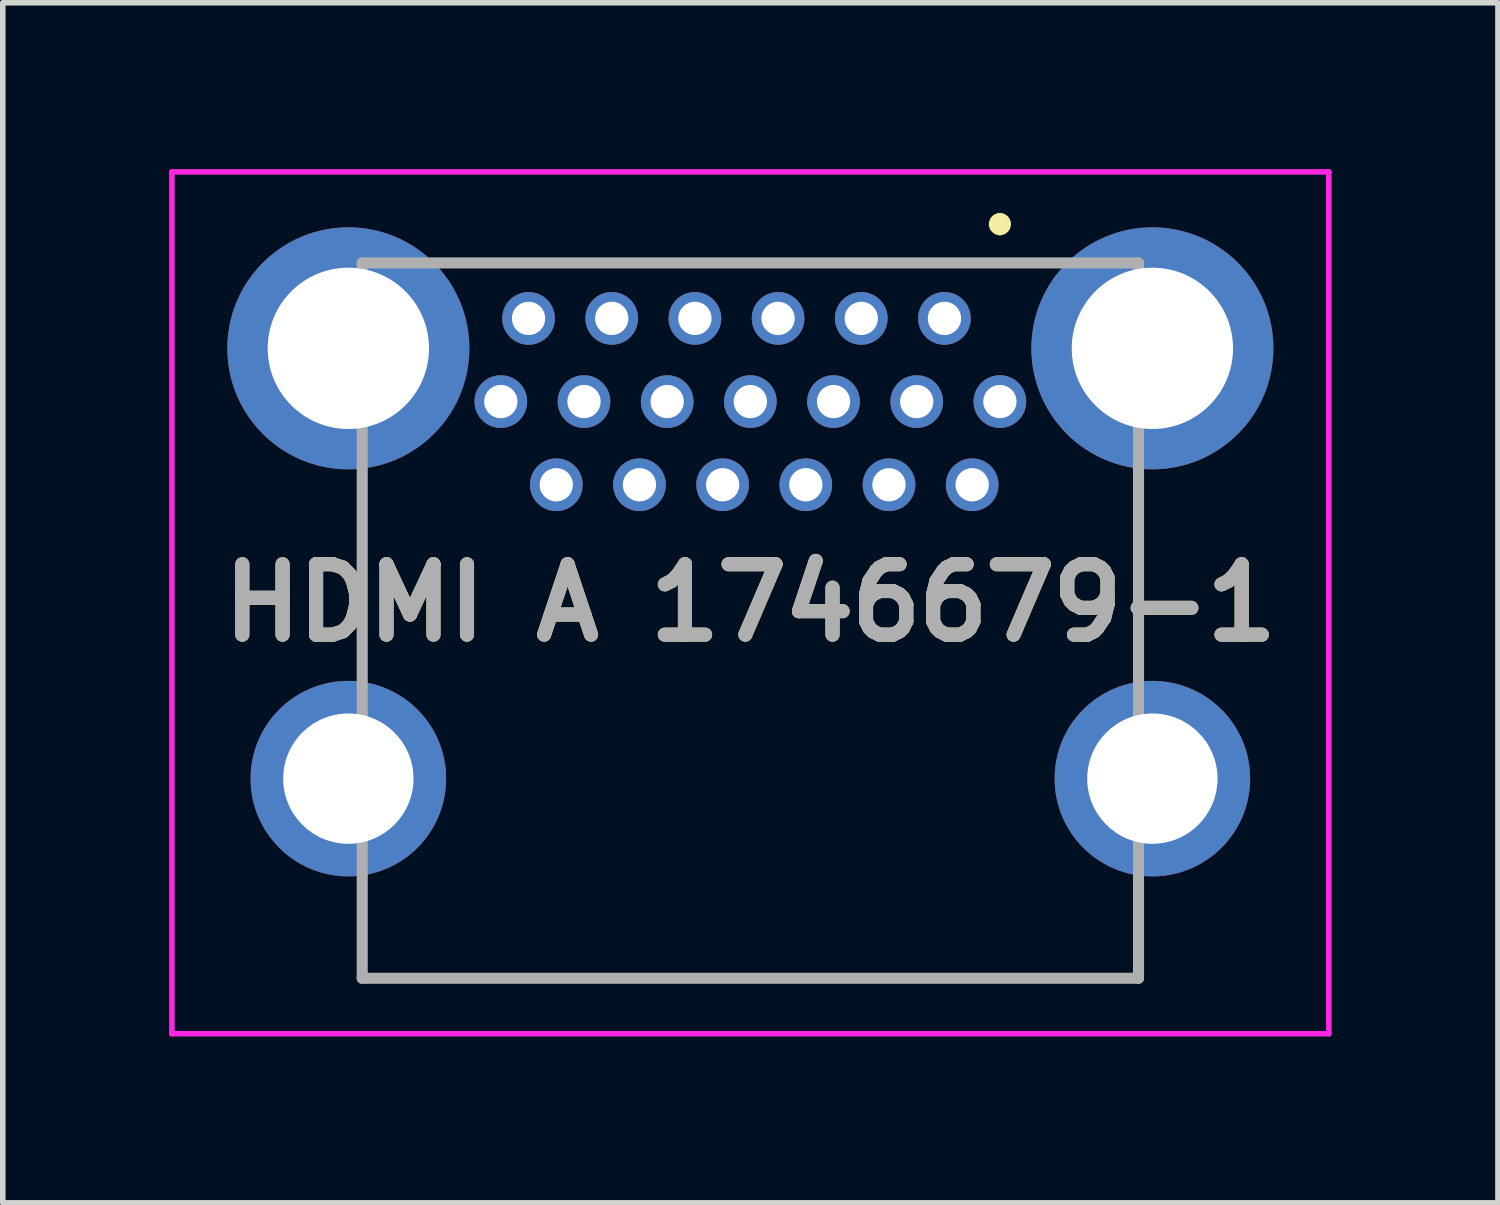
<source format=kicad_pcb>
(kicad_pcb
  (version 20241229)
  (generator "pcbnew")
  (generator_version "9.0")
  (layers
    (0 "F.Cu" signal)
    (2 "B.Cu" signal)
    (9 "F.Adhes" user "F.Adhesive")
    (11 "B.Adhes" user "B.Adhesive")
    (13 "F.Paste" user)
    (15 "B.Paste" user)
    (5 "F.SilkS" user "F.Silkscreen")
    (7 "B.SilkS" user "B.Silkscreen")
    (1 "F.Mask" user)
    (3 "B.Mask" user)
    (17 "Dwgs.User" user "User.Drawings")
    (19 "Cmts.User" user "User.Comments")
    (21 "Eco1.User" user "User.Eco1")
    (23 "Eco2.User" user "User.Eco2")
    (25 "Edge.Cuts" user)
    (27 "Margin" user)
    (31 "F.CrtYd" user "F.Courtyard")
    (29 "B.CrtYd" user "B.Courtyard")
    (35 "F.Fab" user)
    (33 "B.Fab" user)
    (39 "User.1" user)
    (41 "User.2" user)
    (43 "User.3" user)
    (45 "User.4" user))
  (footprint "HDMI A 1746679-1"
    (layer "F.Cu")
    (at 14.982 4.192)
    (property "Reference" "HDMI A 1746679-1" (at -4.5 3.629 0) (layer "F.SilkS") (effects (font (size 1.27 1.27) (thickness 0.254))))
    (attr through_hole)
    (fp_line (start -11.5 1.9) (end -11.5 4.4) (stroke (width 0.1) (type solid)) (layer "F.SilkS"))
    (fp_line (start -11.5 9.4) (end -11.5 10.4) (stroke (width 0.1) (type solid)) (layer "F.SilkS"))
    (fp_line (start -11.5 10.4) (end 2.5 10.4) (stroke (width 0.1) (type solid)) (layer "F.SilkS"))
    (fp_line (start -9.5 -2.5) (end 0.5 -2.5) (stroke (width 0.1) (type solid)) (layer "F.SilkS"))
    (fp_line (start 0 -3.3) (end 0 -3.3) (stroke (width 0.2) (type solid)) (layer "F.SilkS"))
    (fp_line (start 0 -3.1) (end 0 -3.1) (stroke (width 0.2) (type solid)) (layer "F.SilkS"))
    (fp_line (start 2.5 1.9) (end 2.5 4.4) (stroke (width 0.1) (type solid)) (layer "F.SilkS"))
    (fp_line (start 2.5 10.4) (end 2.5 9.4) (stroke (width 0.1) (type solid)) (layer "F.SilkS"))
    (fp_arc (start 0 -3.3) (mid 0.1 -3.2) (end 0 -3.1) (stroke (width 0.2) (type solid)) (layer "F.SilkS"))
    (fp_arc (start 0 -3.1) (mid -0.1 -3.2) (end 0 -3.3) (stroke (width 0.2) (type solid)) (layer "F.SilkS"))
    (fp_line (start -14.932 -4.142) (end 5.932 -4.142) (stroke (width 0.1) (type solid)) (layer "F.CrtYd"))
    (fp_line (start -14.932 11.4) (end -14.932 -4.142) (stroke (width 0.1) (type solid)) (layer "F.CrtYd"))
    (fp_line (start 5.932 -4.142) (end 5.932 11.4) (stroke (width 0.1) (type solid)) (layer "F.CrtYd"))
    (fp_line (start 5.932 11.4) (end -14.932 11.4) (stroke (width 0.1) (type solid)) (layer "F.CrtYd"))
    (fp_line (start -11.5 -2.5) (end 2.5 -2.5) (stroke (width 0.2) (type solid)) (layer "F.Fab"))
    (fp_line (start -11.5 10.4) (end -11.5 -2.5) (stroke (width 0.2) (type solid)) (layer "F.Fab"))
    (fp_line (start 2.5 -2.5) (end 2.5 10.4) (stroke (width 0.2) (type solid)) (layer "F.Fab"))
    (fp_line (start 2.5 10.4) (end -11.5 10.4) (stroke (width 0.2) (type solid)) (layer "F.Fab"))
    (fp_text user "${REFERENCE}" (at -4.5 3.629 0) (layer "F.Fab") (effects (font (size 1.27 1.27) (thickness 0.254))))
    (pad "" np_thru_hole circle (at -4.5 5) (size 0.001 0.001) (drill 1.75) (layers "*.Cu" "*.Mask"))
    (pad "1" thru_hole circle (at 0 0) (size 0.95 0.95) (drill 0.6) (layers "*.Cu" "*.Mask"))
    (pad "2" thru_hole circle (at -0.5 1.5) (size 0.95 0.95) (drill 0.6) (layers "*.Cu" "*.Mask"))
    (pad "3" thru_hole circle (at -1 -1.5) (size 0.95 0.95) (drill 0.6) (layers "*.Cu" "*.Mask"))
    (pad "4" thru_hole circle (at -1.5 0) (size 0.95 0.95) (drill 0.6) (layers "*.Cu" "*.Mask"))
    (pad "5" thru_hole circle (at -2 1.5) (size 0.95 0.95) (drill 0.6) (layers "*.Cu" "*.Mask"))
    (pad "6" thru_hole circle (at -2.5 -1.5) (size 0.95 0.95) (drill 0.6) (layers "*.Cu" "*.Mask"))
    (pad "7" thru_hole circle (at -3 0) (size 0.95 0.95) (drill 0.6) (layers "*.Cu" "*.Mask"))
    (pad "8" thru_hole circle (at -3.5 1.5) (size 0.95 0.95) (drill 0.6) (layers "*.Cu" "*.Mask"))
    (pad "9" thru_hole circle (at -4 -1.5) (size 0.95 0.95) (drill 0.6) (layers "*.Cu" "*.Mask"))
    (pad "10" thru_hole circle (at -4.5 0) (size 0.95 0.95) (drill 0.6) (layers "*.Cu" "*.Mask"))
    (pad "11" thru_hole circle (at -5 1.5) (size 0.95 0.95) (drill 0.6) (layers "*.Cu" "*.Mask"))
    (pad "12" thru_hole circle (at -5.5 -1.5) (size 0.95 0.95) (drill 0.6) (layers "*.Cu" "*.Mask"))
    (pad "13" thru_hole circle (at -6 0) (size 0.95 0.95) (drill 0.6) (layers "*.Cu" "*.Mask"))
    (pad "14" thru_hole circle (at -6.5 1.5) (size 0.95 0.95) (drill 0.6) (layers "*.Cu" "*.Mask"))
    (pad "15" thru_hole circle (at -7 -1.5) (size 0.95 0.95) (drill 0.6) (layers "*.Cu" "*.Mask"))
    (pad "16" thru_hole circle (at -7.5 0) (size 0.95 0.95) (drill 0.6) (layers "*.Cu" "*.Mask"))
    (pad "17" thru_hole circle (at -8 1.5) (size 0.95 0.95) (drill 0.6) (layers "*.Cu" "*.Mask"))
    (pad "18" thru_hole circle (at -8.5 -1.5) (size 0.95 0.95) (drill 0.6) (layers "*.Cu" "*.Mask"))
    (pad "19" thru_hole circle (at -9 0) (size 0.95 0.95) (drill 0.6) (layers "*.Cu" "*.Mask"))
    (pad "MH1" thru_hole circle (at 2.75 -0.96) (size 4.364 4.364) (drill 2.909) (layers "*.Cu" "*.Mask"))
    (pad "MH2" thru_hole circle (at 2.75 6.8) (size 3.526 3.526) (drill 2.35) (layers "*.Cu" "*.Mask"))
    (pad "MH3" thru_hole circle (at -11.75 -0.96) (size 4.364 4.364) (drill 2.909) (layers "*.Cu" "*.Mask"))
    (pad "MH4" thru_hole circle (at -11.75 6.8) (size 3.526 3.526) (drill 2.35) (layers "*.Cu" "*.Mask")))
  (gr_rect
    (start -3 -3)
    (end 23.964 18.642)
    (stroke (width 0.1) (type default))
    (fill no)
    (layer "Edge.Cuts")))
</source>
